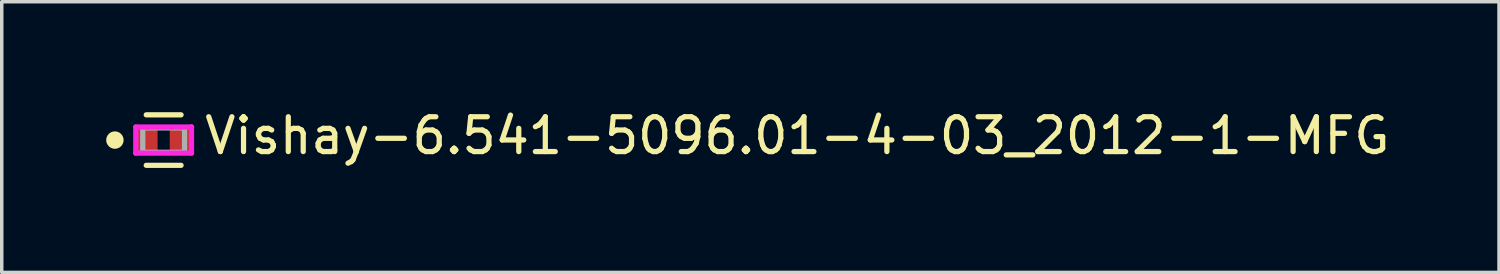
<source format=kicad_pcb>
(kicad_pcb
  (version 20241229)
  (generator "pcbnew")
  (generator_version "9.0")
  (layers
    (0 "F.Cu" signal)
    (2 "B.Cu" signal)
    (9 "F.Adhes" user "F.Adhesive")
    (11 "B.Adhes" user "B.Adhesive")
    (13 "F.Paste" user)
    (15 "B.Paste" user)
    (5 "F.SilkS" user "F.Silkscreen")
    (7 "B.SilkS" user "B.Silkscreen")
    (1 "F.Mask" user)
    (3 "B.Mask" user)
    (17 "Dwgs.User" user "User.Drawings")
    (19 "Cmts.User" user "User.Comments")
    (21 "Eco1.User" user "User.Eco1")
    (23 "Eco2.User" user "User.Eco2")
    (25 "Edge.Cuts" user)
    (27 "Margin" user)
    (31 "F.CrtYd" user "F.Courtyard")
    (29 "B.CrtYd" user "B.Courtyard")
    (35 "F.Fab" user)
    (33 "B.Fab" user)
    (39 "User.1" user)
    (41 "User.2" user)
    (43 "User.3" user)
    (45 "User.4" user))
  (footprint "Vishay-6.541-5096.01-4-03_2012-1-MFG"
    (layer "F.Cu")
    (at 1.65 0.973)
    (property "Reference" "Vishay-6.541-5096.01-4-03_2012-1-MFG" (at 1.1 -0.125 0) (layer "F.SilkS") (effects (font (size 1 1) (thickness 0.15)) (justify left)))
    (attr through_hole)
    (fp_line (start 0.5 -0.725) (end -0.5 -0.725) (stroke (width 0.15) (type solid)) (layer "F.SilkS"))
    (fp_line (start 0.5 0.725) (end -0.5 0.725) (stroke (width 0.15) (type solid)) (layer "F.SilkS"))
    (fp_circle (center -1.4 0) (end -1.275 0) (stroke (width 0.25) (type solid)) (fill no) (layer "F.SilkS"))
    (fp_line (start -0.8 -0.375) (end -0.8 0.375) (stroke (width 0.15) (type solid)) (layer "F.CrtYd"))
    (fp_line (start -0.8 0.375) (end 0.8 0.375) (stroke (width 0.15) (type solid)) (layer "F.CrtYd"))
    (fp_line (start 0.8 -0.375) (end -0.8 -0.375) (stroke (width 0.15) (type solid)) (layer "F.CrtYd"))
    (fp_line (start 0.8 -0.375) (end 0.8 -0.375) (stroke (width 0.15) (type solid)) (layer "F.CrtYd"))
    (fp_line (start 0.8 0.375) (end 0.8 -0.375) (stroke (width 0.15) (type solid)) (layer "F.CrtYd"))
    (fp_line (start -0.6 -0.35) (end 0.6 -0.35) (stroke (width 0.15) (type solid)) (layer "F.Fab"))
    (fp_line (start -0.6 0.35) (end -0.6 -0.35) (stroke (width 0.15) (type solid)) (layer "F.Fab"))
    (fp_line (start 0.6 -0.35) (end 0.6 0.35) (stroke (width 0.15) (type solid)) (layer "F.Fab"))
    (fp_line (start 0.6 0.35) (end -0.6 0.35) (stroke (width 0.15) (type solid)) (layer "F.Fab"))
    (pad "1" smd rect (at -0.475 0) (size 0.6 0.7) (layers "F.Cu" "F.Mask" "F.Paste"))
    (pad "2" smd rect (at 0.475 0) (size 0.6 0.7) (layers "F.Cu" "F.Mask" "F.Paste")))
  (gr_rect
    (start -3 -3)
    (end 40 4.773)
    (stroke (width 0.1) (type default))
    (fill no)
    (layer "Edge.Cuts")))
</source>
